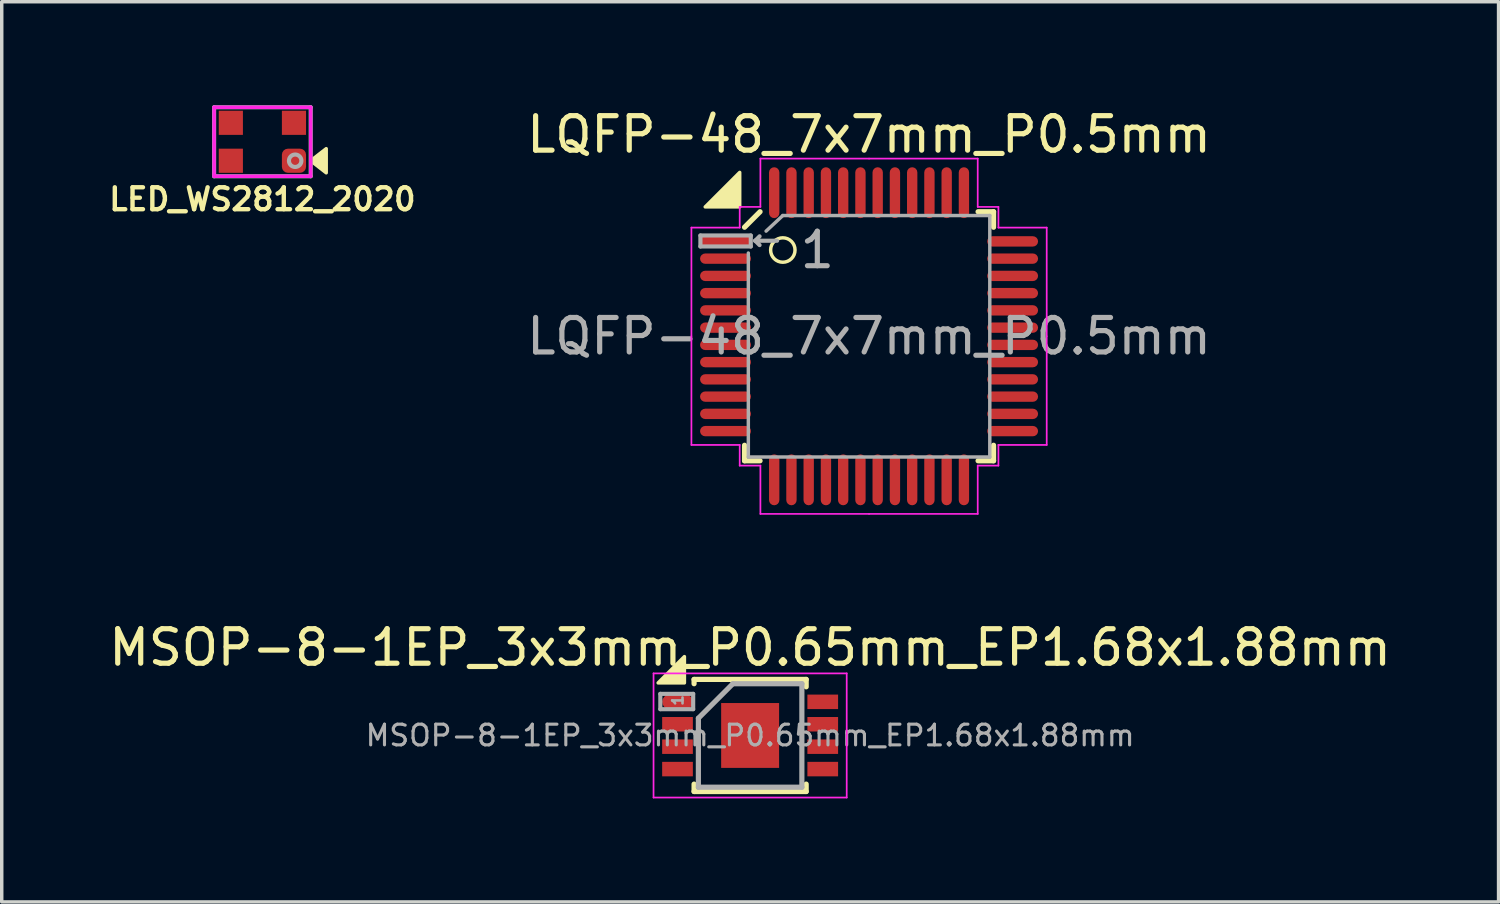
<source format=kicad_pcb>
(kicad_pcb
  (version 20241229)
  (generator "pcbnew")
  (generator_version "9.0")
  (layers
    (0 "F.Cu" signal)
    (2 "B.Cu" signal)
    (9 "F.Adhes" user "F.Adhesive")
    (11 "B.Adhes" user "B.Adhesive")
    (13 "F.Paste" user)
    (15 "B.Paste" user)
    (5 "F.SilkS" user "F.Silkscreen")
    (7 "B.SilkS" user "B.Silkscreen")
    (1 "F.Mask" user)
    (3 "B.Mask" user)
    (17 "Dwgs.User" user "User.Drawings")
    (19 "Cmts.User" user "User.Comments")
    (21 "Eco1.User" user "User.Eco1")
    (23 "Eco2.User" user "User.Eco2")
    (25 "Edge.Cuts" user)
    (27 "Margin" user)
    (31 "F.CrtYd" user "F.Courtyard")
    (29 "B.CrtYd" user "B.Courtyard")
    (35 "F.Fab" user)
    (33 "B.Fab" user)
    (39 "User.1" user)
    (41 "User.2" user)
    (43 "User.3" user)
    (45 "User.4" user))
  (footprint "LED_WS2812_2020"
    (layer "F.Cu")
    (at 4.557 1.06)
    (property "Reference" "LED_WS2812_2020" (at 0 1.667 0) (layer "F.SilkS") (effects (font (size 0.635 0.635) (thickness 0.127))))
    (attr through_hole)
    (fp_poly (pts (xy 1.85 0.9) (xy 1.4 0.55) (xy 1.85 0.2)) (stroke (width 0.1) (type solid)) (fill yes) (layer "F.SilkS"))
    (fp_line (start -1.4 -1) (end -1.4 1) (stroke (width 0.1) (type solid)) (layer "F.CrtYd"))
    (fp_line (start -1.4 1) (end 1.4 1) (stroke (width 0.1) (type solid)) (layer "F.CrtYd"))
    (fp_line (start 1.4 -1) (end -1.4 -1) (stroke (width 0.1) (type solid)) (layer "F.CrtYd"))
    (fp_line (start 1.4 1) (end 1.4 -1) (stroke (width 0.1) (type solid)) (layer "F.CrtYd"))
    (fp_line (start -1.4 -1) (end 1.4 -1) (stroke (width 0.12) (type solid)) (layer "F.Fab"))
    (fp_line (start -1.4 1) (end -1.4 -1) (stroke (width 0.12) (type solid)) (layer "F.Fab"))
    (fp_line (start 1.4 -1) (end 1.4 1) (stroke (width 0.12) (type solid)) (layer "F.Fab"))
    (fp_line (start 1.4 1) (end -1.4 1) (stroke (width 0.12) (type solid)) (layer "F.Fab"))
    (fp_circle (center 0.95 0.55) (end 1.1 0.65) (stroke (width 0.12) (type solid)) (fill no) (layer "F.Fab"))
    (pad "1" smd roundrect (at 0.915 0.55) (size 0.7 0.7) (layers "F.Cu" "F.Mask" "F.Paste") (roundrect_rratio 0.25))
    (pad "2" smd rect (at 0.915 -0.55) (size 0.7 0.7) (layers "F.Cu" "F.Mask" "F.Paste"))
    (pad "3" smd rect (at -0.915 -0.55) (size 0.7 0.7) (layers "F.Cu" "F.Mask" "F.Paste"))
    (pad "4" smd rect (at -0.915 0.55) (size 0.7 0.7) (layers "F.Cu" "F.Mask" "F.Paste")))
  (footprint "LQFP-48_7x7mm_P0.5mm"
    (layer "F.Cu")
    (at 22.144 6.698)
    (property "Reference" "LQFP-48_7x7mm_P0.5mm" (at 0 -5.85 0) (layer "F.SilkS") (effects (font (size 1 1) (thickness 0.15))))
    (attr smd)
    (fp_line (start -3.61 -3.16) (end -3.16 -3.61) (stroke (width 0.15) (type solid)) (layer "F.SilkS"))
    (fp_line (start -3.61 3.61) (end -3.61 3.16) (stroke (width 0.15) (type solid)) (layer "F.SilkS"))
    (fp_line (start -3.16 3.61) (end -3.61 3.61) (stroke (width 0.15) (type solid)) (layer "F.SilkS"))
    (fp_line (start 3.16 -3.61) (end 3.61 -3.61) (stroke (width 0.15) (type solid)) (layer "F.SilkS"))
    (fp_line (start 3.16 3.61) (end 3.61 3.61) (stroke (width 0.15) (type solid)) (layer "F.SilkS"))
    (fp_line (start 3.61 -3.61) (end 3.61 -3.16) (stroke (width 0.15) (type solid)) (layer "F.SilkS"))
    (fp_line (start 3.61 3.61) (end 3.61 3.16) (stroke (width 0.15) (type solid)) (layer "F.SilkS"))
    (fp_circle (center -2.5 -2.5) (end -2.146 -2.5) (stroke (width 0.1) (type solid)) (fill no) (layer "F.SilkS"))
    (fp_poly (pts (xy -3.75 -3.75) (xy -3.75 -4.75) (xy -4.75 -3.75)) (stroke (width 0.1) (type solid)) (fill yes) (layer "F.SilkS"))
    (fp_line (start -5.15 -3.15) (end -5.15 0) (stroke (width 0.05) (type solid)) (layer "F.CrtYd"))
    (fp_line (start -5.15 3.15) (end -5.15 0) (stroke (width 0.05) (type solid)) (layer "F.CrtYd"))
    (fp_line (start -3.75 -3.75) (end -3.75 -3.15) (stroke (width 0.05) (type solid)) (layer "F.CrtYd"))
    (fp_line (start -3.75 -3.15) (end -5.15 -3.15) (stroke (width 0.05) (type solid)) (layer "F.CrtYd"))
    (fp_line (start -3.75 3.15) (end -5.15 3.15) (stroke (width 0.05) (type solid)) (layer "F.CrtYd"))
    (fp_line (start -3.75 3.75) (end -3.75 3.15) (stroke (width 0.05) (type solid)) (layer "F.CrtYd"))
    (fp_line (start -3.15 -5.15) (end -3.15 -3.75) (stroke (width 0.05) (type solid)) (layer "F.CrtYd"))
    (fp_line (start -3.15 -3.75) (end -3.75 -3.75) (stroke (width 0.05) (type solid)) (layer "F.CrtYd"))
    (fp_line (start -3.15 3.75) (end -3.75 3.75) (stroke (width 0.05) (type solid)) (layer "F.CrtYd"))
    (fp_line (start -3.15 5.15) (end -3.15 3.75) (stroke (width 0.05) (type solid)) (layer "F.CrtYd"))
    (fp_line (start 0 -5.15) (end -3.15 -5.15) (stroke (width 0.05) (type solid)) (layer "F.CrtYd"))
    (fp_line (start 0 -5.15) (end 3.15 -5.15) (stroke (width 0.05) (type solid)) (layer "F.CrtYd"))
    (fp_line (start 0 5.15) (end -3.15 5.15) (stroke (width 0.05) (type solid)) (layer "F.CrtYd"))
    (fp_line (start 0 5.15) (end 3.15 5.15) (stroke (width 0.05) (type solid)) (layer "F.CrtYd"))
    (fp_line (start 3.15 -5.15) (end 3.15 -3.75) (stroke (width 0.05) (type solid)) (layer "F.CrtYd"))
    (fp_line (start 3.15 -3.75) (end 3.75 -3.75) (stroke (width 0.05) (type solid)) (layer "F.CrtYd"))
    (fp_line (start 3.15 3.75) (end 3.75 3.75) (stroke (width 0.05) (type solid)) (layer "F.CrtYd"))
    (fp_line (start 3.15 5.15) (end 3.15 3.75) (stroke (width 0.05) (type solid)) (layer "F.CrtYd"))
    (fp_line (start 3.75 -3.75) (end 3.75 -3.15) (stroke (width 0.05) (type solid)) (layer "F.CrtYd"))
    (fp_line (start 3.75 -3.15) (end 5.15 -3.15) (stroke (width 0.05) (type solid)) (layer "F.CrtYd"))
    (fp_line (start 3.75 3.15) (end 5.15 3.15) (stroke (width 0.05) (type solid)) (layer "F.CrtYd"))
    (fp_line (start 3.75 3.75) (end 3.75 3.15) (stroke (width 0.05) (type solid)) (layer "F.CrtYd"))
    (fp_line (start 5.15 -3.15) (end 5.15 0) (stroke (width 0.05) (type solid)) (layer "F.CrtYd"))
    (fp_line (start 5.15 3.15) (end 5.15 0) (stroke (width 0.05) (type solid)) (layer "F.CrtYd"))
    (fp_line (start -4.889 -2.921) (end -4.889 -2.603) (stroke (width 0.12) (type solid)) (layer "F.Fab"))
    (fp_line (start -4.889 -2.603) (end -3.429 -2.603) (stroke (width 0.12) (type solid)) (layer "F.Fab"))
    (fp_line (start -3.5 3.5) (end -3.5 -2.413) (stroke (width 0.1) (type solid)) (layer "F.Fab"))
    (fp_line (start -3.429 -2.921) (end -4.889 -2.921) (stroke (width 0.12) (type solid)) (layer "F.Fab"))
    (fp_line (start -3.429 -2.603) (end -3.429 -2.921) (stroke (width 0.12) (type solid)) (layer "F.Fab"))
    (fp_line (start -3.301 -2.769) (end -3.174 -2.897) (stroke (width 0.12) (type solid)) (layer "F.Fab"))
    (fp_line (start -3.301 -2.769) (end -3.174 -2.643) (stroke (width 0.12) (type solid)) (layer "F.Fab"))
    (fp_line (start -3.301 -2.769) (end -2.666 -2.769) (stroke (width 0.12) (type solid)) (layer "F.Fab"))
    (fp_line (start -2.985 -3.048) (end -2.5 -3.5) (stroke (width 0.1) (type solid)) (layer "F.Fab"))
    (fp_line (start -2.5 -3.5) (end 3.5 -3.5) (stroke (width 0.1) (type solid)) (layer "F.Fab"))
    (fp_line (start 3.5 -3.5) (end 3.5 3.5) (stroke (width 0.1) (type solid)) (layer "F.Fab"))
    (fp_line (start 3.5 3.5) (end -3.5 3.5) (stroke (width 0.1) (type solid)) (layer "F.Fab"))
    (fp_text user "${REFERENCE}" (at 0 0 0) (layer "F.Fab") (effects (font (size 1 1) (thickness 0.15))))
    (fp_text user "1" (at -1.5 -2.5 0) (layer "F.Fab") (effects (font (size 1 1) (thickness 0.15))))
    (pad "1" smd rect (at -4.162 -2.75) (size 1.475 0.3) (layers "F.Cu" "F.Mask" "F.Paste"))
    (pad "2" smd roundrect (at -4.162 -2.25) (size 1.475 0.3) (layers "F.Cu" "F.Mask" "F.Paste") (roundrect_rratio 0.5))
    (pad "3" smd roundrect (at -4.162 -1.75) (size 1.475 0.3) (layers "F.Cu" "F.Mask" "F.Paste") (roundrect_rratio 0.5))
    (pad "4" smd roundrect (at -4.162 -1.25) (size 1.475 0.3) (layers "F.Cu" "F.Mask" "F.Paste") (roundrect_rratio 0.5))
    (pad "5" smd roundrect (at -4.162 -0.75) (size 1.475 0.3) (layers "F.Cu" "F.Mask" "F.Paste") (roundrect_rratio 0.5))
    (pad "6" smd roundrect (at -4.162 -0.25) (size 1.475 0.3) (layers "F.Cu" "F.Mask" "F.Paste") (roundrect_rratio 0.5))
    (pad "7" smd roundrect (at -4.162 0.25) (size 1.475 0.3) (layers "F.Cu" "F.Mask" "F.Paste") (roundrect_rratio 0.5))
    (pad "8" smd roundrect (at -4.162 0.75) (size 1.475 0.3) (layers "F.Cu" "F.Mask" "F.Paste") (roundrect_rratio 0.5))
    (pad "9" smd roundrect (at -4.162 1.25) (size 1.475 0.3) (layers "F.Cu" "F.Mask" "F.Paste") (roundrect_rratio 0.5))
    (pad "10" smd roundrect (at -4.162 1.75) (size 1.475 0.3) (layers "F.Cu" "F.Mask" "F.Paste") (roundrect_rratio 0.5))
    (pad "11" smd roundrect (at -4.162 2.25) (size 1.475 0.3) (layers "F.Cu" "F.Mask" "F.Paste") (roundrect_rratio 0.5))
    (pad "12" smd roundrect (at -4.162 2.75) (size 1.475 0.3) (layers "F.Cu" "F.Mask" "F.Paste") (roundrect_rratio 0.5))
    (pad "13" smd roundrect (at -2.75 4.162) (size 0.3 1.475) (layers "F.Cu" "F.Mask" "F.Paste") (roundrect_rratio 0.5))
    (pad "14" smd roundrect (at -2.25 4.162) (size 0.3 1.475) (layers "F.Cu" "F.Mask" "F.Paste") (roundrect_rratio 0.5))
    (pad "15" smd roundrect (at -1.75 4.162) (size 0.3 1.475) (layers "F.Cu" "F.Mask" "F.Paste") (roundrect_rratio 0.5))
    (pad "16" smd roundrect (at -1.25 4.162) (size 0.3 1.475) (layers "F.Cu" "F.Mask" "F.Paste") (roundrect_rratio 0.5))
    (pad "17" smd roundrect (at -0.75 4.162) (size 0.3 1.475) (layers "F.Cu" "F.Mask" "F.Paste") (roundrect_rratio 0.5))
    (pad "18" smd roundrect (at -0.25 4.162) (size 0.3 1.475) (layers "F.Cu" "F.Mask" "F.Paste") (roundrect_rratio 0.5))
    (pad "19" smd roundrect (at 0.25 4.162) (size 0.3 1.475) (layers "F.Cu" "F.Mask" "F.Paste") (roundrect_rratio 0.5))
    (pad "20" smd roundrect (at 0.75 4.162) (size 0.3 1.475) (layers "F.Cu" "F.Mask" "F.Paste") (roundrect_rratio 0.5))
    (pad "21" smd roundrect (at 1.25 4.162) (size 0.3 1.475) (layers "F.Cu" "F.Mask" "F.Paste") (roundrect_rratio 0.5))
    (pad "22" smd roundrect (at 1.75 4.162) (size 0.3 1.475) (layers "F.Cu" "F.Mask" "F.Paste") (roundrect_rratio 0.5))
    (pad "23" smd roundrect (at 2.25 4.162) (size 0.3 1.475) (layers "F.Cu" "F.Mask" "F.Paste") (roundrect_rratio 0.5))
    (pad "24" smd roundrect (at 2.75 4.162) (size 0.3 1.475) (layers "F.Cu" "F.Mask" "F.Paste") (roundrect_rratio 0.5))
    (pad "25" smd roundrect (at 4.162 2.75) (size 1.475 0.3) (layers "F.Cu" "F.Mask" "F.Paste") (roundrect_rratio 0.5))
    (pad "26" smd roundrect (at 4.162 2.25) (size 1.475 0.3) (layers "F.Cu" "F.Mask" "F.Paste") (roundrect_rratio 0.5))
    (pad "27" smd roundrect (at 4.162 1.75) (size 1.475 0.3) (layers "F.Cu" "F.Mask" "F.Paste") (roundrect_rratio 0.5))
    (pad "28" smd roundrect (at 4.162 1.25) (size 1.475 0.3) (layers "F.Cu" "F.Mask" "F.Paste") (roundrect_rratio 0.5))
    (pad "29" smd roundrect (at 4.162 0.75) (size 1.475 0.3) (layers "F.Cu" "F.Mask" "F.Paste") (roundrect_rratio 0.5))
    (pad "30" smd roundrect (at 4.162 0.25) (size 1.475 0.3) (layers "F.Cu" "F.Mask" "F.Paste") (roundrect_rratio 0.5))
    (pad "31" smd roundrect (at 4.162 -0.25) (size 1.475 0.3) (layers "F.Cu" "F.Mask" "F.Paste") (roundrect_rratio 0.5))
    (pad "32" smd roundrect (at 4.162 -0.75) (size 1.475 0.3) (layers "F.Cu" "F.Mask" "F.Paste") (roundrect_rratio 0.5))
    (pad "33" smd roundrect (at 4.162 -1.25) (size 1.475 0.3) (layers "F.Cu" "F.Mask" "F.Paste") (roundrect_rratio 0.5))
    (pad "34" smd roundrect (at 4.162 -1.75) (size 1.475 0.3) (layers "F.Cu" "F.Mask" "F.Paste") (roundrect_rratio 0.5))
    (pad "35" smd roundrect (at 4.162 -2.25) (size 1.475 0.3) (layers "F.Cu" "F.Mask" "F.Paste") (roundrect_rratio 0.5))
    (pad "36" smd roundrect (at 4.162 -2.75) (size 1.475 0.3) (layers "F.Cu" "F.Mask" "F.Paste") (roundrect_rratio 0.5))
    (pad "37" smd roundrect (at 2.75 -4.162) (size 0.3 1.475) (layers "F.Cu" "F.Mask" "F.Paste") (roundrect_rratio 0.5))
    (pad "38" smd roundrect (at 2.25 -4.162) (size 0.3 1.475) (layers "F.Cu" "F.Mask" "F.Paste") (roundrect_rratio 0.5))
    (pad "39" smd roundrect (at 1.75 -4.162) (size 0.3 1.475) (layers "F.Cu" "F.Mask" "F.Paste") (roundrect_rratio 0.5))
    (pad "40" smd roundrect (at 1.25 -4.162) (size 0.3 1.475) (layers "F.Cu" "F.Mask" "F.Paste") (roundrect_rratio 0.5))
    (pad "41" smd roundrect (at 0.75 -4.162) (size 0.3 1.475) (layers "F.Cu" "F.Mask" "F.Paste") (roundrect_rratio 0.5))
    (pad "42" smd roundrect (at 0.25 -4.162) (size 0.3 1.475) (layers "F.Cu" "F.Mask" "F.Paste") (roundrect_rratio 0.5))
    (pad "43" smd roundrect (at -0.25 -4.162) (size 0.3 1.475) (layers "F.Cu" "F.Mask" "F.Paste") (roundrect_rratio 0.5))
    (pad "44" smd roundrect (at -0.75 -4.162) (size 0.3 1.475) (layers "F.Cu" "F.Mask" "F.Paste") (roundrect_rratio 0.5))
    (pad "45" smd roundrect (at -1.25 -4.162) (size 0.3 1.475) (layers "F.Cu" "F.Mask" "F.Paste") (roundrect_rratio 0.5))
    (pad "46" smd roundrect (at -1.75 -4.162) (size 0.3 1.475) (layers "F.Cu" "F.Mask" "F.Paste") (roundrect_rratio 0.5))
    (pad "47" smd roundrect (at -2.25 -4.162) (size 0.3 1.475) (layers "F.Cu" "F.Mask" "F.Paste") (roundrect_rratio 0.5))
    (pad "48" smd roundrect (at -2.75 -4.162) (size 0.3 1.475) (layers "F.Cu" "F.Mask" "F.Paste") (roundrect_rratio 0.5)))
  (footprint "MSOP-8-1EP_3x3mm_P0.65mm_EP1.68x1.88mm"
    (layer "F.Cu")
    (at 18.696 18.271)
    (property "Reference" "MSOP-8-1EP_3x3mm_P0.65mm_EP1.68x1.88mm" (at 0 -2.55 0) (layer "F.SilkS") (effects (font (size 1 1) (thickness 0.15))))
    (attr smd)
    (fp_line (start -1.625 -1.625) (end -1.625 -1.5) (stroke (width 0.15) (type solid)) (layer "F.SilkS"))
    (fp_line (start -1.625 -1.625) (end 1.625 -1.625) (stroke (width 0.15) (type solid)) (layer "F.SilkS"))
    (fp_line (start -1.625 1.625) (end -1.625 1.41) (stroke (width 0.15) (type solid)) (layer "F.SilkS"))
    (fp_line (start -1.625 1.625) (end 1.625 1.625) (stroke (width 0.15) (type solid)) (layer "F.SilkS"))
    (fp_line (start 1.625 -1.625) (end 1.625 -1.41) (stroke (width 0.15) (type solid)) (layer "F.SilkS"))
    (fp_line (start 1.625 1.625) (end 1.625 1.41) (stroke (width 0.15) (type solid)) (layer "F.SilkS"))
    (fp_poly (pts (xy -2.667 -1.524) (xy -1.905 -1.524) (xy -1.905 -2.286)) (stroke (width 0.1) (type solid)) (fill yes) (layer "F.SilkS"))
    (fp_line (start -2.8 -1.8) (end -2.8 1.8) (stroke (width 0.05) (type solid)) (layer "F.CrtYd"))
    (fp_line (start -2.8 -1.8) (end 2.8 -1.8) (stroke (width 0.05) (type solid)) (layer "F.CrtYd"))
    (fp_line (start -2.8 1.8) (end 2.8 1.8) (stroke (width 0.05) (type solid)) (layer "F.CrtYd"))
    (fp_line (start 2.8 -1.8) (end 2.8 1.8) (stroke (width 0.05) (type solid)) (layer "F.CrtYd"))
    (fp_line (start -2.603 -1.206) (end -1.651 -1.206) (stroke (width 0.12) (type solid)) (layer "F.Fab"))
    (fp_line (start -2.603 -0.762) (end -2.603 -1.206) (stroke (width 0.12) (type solid)) (layer "F.Fab"))
    (fp_line (start -1.651 -1.206) (end -1.651 -0.762) (stroke (width 0.12) (type solid)) (layer "F.Fab"))
    (fp_line (start -1.651 -0.762) (end -2.603 -0.762) (stroke (width 0.12) (type solid)) (layer "F.Fab"))
    (fp_line (start -1.5 -0.5) (end -0.5 -1.5) (stroke (width 0.15) (type solid)) (layer "F.Fab"))
    (fp_line (start -1.5 1.5) (end -1.5 -0.5) (stroke (width 0.15) (type solid)) (layer "F.Fab"))
    (fp_line (start -0.5 -1.5) (end 1.5 -1.5) (stroke (width 0.15) (type solid)) (layer "F.Fab"))
    (fp_line (start 1.5 -1.5) (end 1.5 1.5) (stroke (width 0.15) (type solid)) (layer "F.Fab"))
    (fp_line (start 1.5 1.5) (end -1.5 1.5) (stroke (width 0.15) (type solid)) (layer "F.Fab"))
    (fp_text user "${REFERENCE}" (at 0 0 0) (layer "F.Fab") (effects (font (size 0.6 0.6) (thickness 0.09))))
    (fp_text user "1" (at -2.095 -1.016 90) (layer "F.Fab") (effects (font (size 0.3 0.3) (thickness 0.075))))
    (pad "" smd rect (at -0.42 -0.47) (size 0.66 0.76) (layers "F.Paste"))
    (pad "" smd rect (at -0.42 0.47) (size 0.66 0.76) (layers "F.Paste"))
    (pad "" smd rect (at 0.42 -0.47) (size 0.66 0.76) (layers "F.Paste"))
    (pad "" smd rect (at 0.42 0.47) (size 0.66 0.76) (layers "F.Paste"))
    (pad "1" smd roundrect (at -2.105 -0.975) (size 0.89 0.42) (layers "F.Cu" "F.Mask" "F.Paste") (roundrect_rratio 0.5))
    (pad "2" smd trapezoid (at -2.105 -0.325) (size 0.89 0.42) (layers "F.Cu" "F.Mask" "F.Paste"))
    (pad "3" smd trapezoid (at -2.105 0.325) (size 0.89 0.42) (layers "F.Cu" "F.Mask" "F.Paste"))
    (pad "4" smd trapezoid (at -2.105 0.975) (size 0.89 0.42) (layers "F.Cu" "F.Mask" "F.Paste"))
    (pad "5" smd trapezoid (at 2.105 0.975) (size 0.89 0.42) (layers "F.Cu" "F.Mask" "F.Paste"))
    (pad "6" smd trapezoid (at 2.105 0.325) (size 0.89 0.42) (layers "F.Cu" "F.Mask" "F.Paste"))
    (pad "7" smd trapezoid (at 2.105 -0.325) (size 0.89 0.42) (layers "F.Cu" "F.Mask" "F.Paste"))
    (pad "8" smd trapezoid (at 2.105 -0.975) (size 0.89 0.42) (layers "F.Cu" "F.Mask" "F.Paste"))
    (pad "9" smd rect (at 0 0) (size 1.68 1.88) (layers "F.Cu" "F.Mask")))
  (gr_rect
    (start -3 -3)
    (end 40.393 23.096)
    (stroke (width 0.1) (type default))
    (fill no)
    (layer "Edge.Cuts")))
</source>
